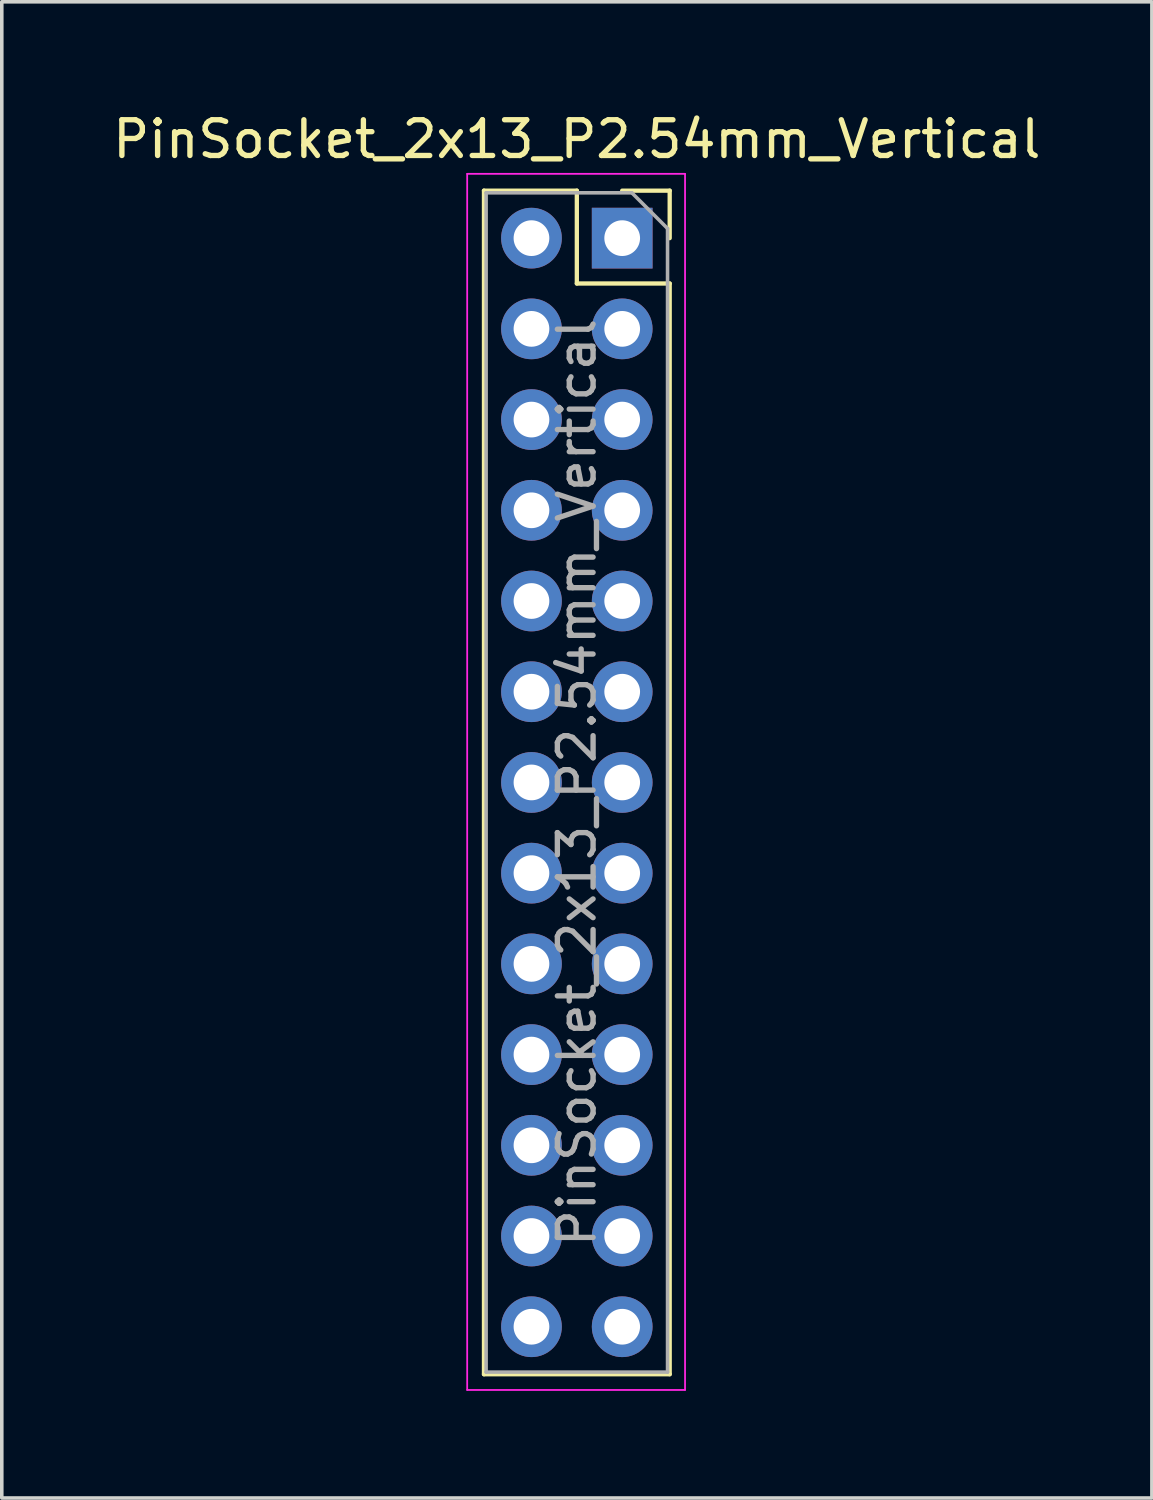
<source format=kicad_pcb>
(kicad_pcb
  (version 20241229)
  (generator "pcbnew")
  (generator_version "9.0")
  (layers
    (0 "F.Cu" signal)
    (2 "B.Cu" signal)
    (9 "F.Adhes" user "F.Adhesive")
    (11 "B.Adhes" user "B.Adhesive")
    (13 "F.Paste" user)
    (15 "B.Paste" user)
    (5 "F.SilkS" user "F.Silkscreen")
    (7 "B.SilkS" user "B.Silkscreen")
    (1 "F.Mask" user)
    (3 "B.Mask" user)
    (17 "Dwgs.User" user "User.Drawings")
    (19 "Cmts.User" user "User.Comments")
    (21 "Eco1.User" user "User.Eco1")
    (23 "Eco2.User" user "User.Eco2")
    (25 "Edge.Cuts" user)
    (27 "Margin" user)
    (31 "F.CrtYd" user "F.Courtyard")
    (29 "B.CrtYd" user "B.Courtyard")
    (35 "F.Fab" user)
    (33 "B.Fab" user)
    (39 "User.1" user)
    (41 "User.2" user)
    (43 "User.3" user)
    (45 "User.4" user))
  (footprint "PinSocket_2x13_P2.54mm_Vertical"
    (layer "F.Cu")
    (at 14.371 3.618)
    (property "Reference" "PinSocket_2x13_P2.54mm_Vertical" (at -1.27 -2.77 0) (layer "F.SilkS") (effects (font (size 1 1) (thickness 0.15))))
    (attr through_hole)
    (fp_line (start -3.87 -1.33) (end -3.87 31.81) (stroke (width 0.12) (type solid)) (layer "F.SilkS"))
    (fp_line (start -3.87 -1.33) (end -1.27 -1.33) (stroke (width 0.12) (type solid)) (layer "F.SilkS"))
    (fp_line (start -3.87 31.81) (end 1.33 31.81) (stroke (width 0.12) (type solid)) (layer "F.SilkS"))
    (fp_line (start -1.27 -1.33) (end -1.27 1.27) (stroke (width 0.12) (type solid)) (layer "F.SilkS"))
    (fp_line (start -1.27 1.27) (end 1.33 1.27) (stroke (width 0.12) (type solid)) (layer "F.SilkS"))
    (fp_line (start 0 -1.33) (end 1.33 -1.33) (stroke (width 0.12) (type solid)) (layer "F.SilkS"))
    (fp_line (start 1.33 -1.33) (end 1.33 0) (stroke (width 0.12) (type solid)) (layer "F.SilkS"))
    (fp_line (start 1.33 1.27) (end 1.33 31.81) (stroke (width 0.12) (type solid)) (layer "F.SilkS"))
    (fp_line (start -4.34 -1.8) (end 1.76 -1.8) (stroke (width 0.05) (type solid)) (layer "F.CrtYd"))
    (fp_line (start -4.34 32.25) (end -4.34 -1.8) (stroke (width 0.05) (type solid)) (layer "F.CrtYd"))
    (fp_line (start 1.76 -1.8) (end 1.76 32.25) (stroke (width 0.05) (type solid)) (layer "F.CrtYd"))
    (fp_line (start 1.76 32.25) (end -4.34 32.25) (stroke (width 0.05) (type solid)) (layer "F.CrtYd"))
    (fp_line (start -3.81 -1.27) (end 0.27 -1.27) (stroke (width 0.1) (type solid)) (layer "F.Fab"))
    (fp_line (start -3.81 31.75) (end -3.81 -1.27) (stroke (width 0.1) (type solid)) (layer "F.Fab"))
    (fp_line (start 0.27 -1.27) (end 1.27 -0.27) (stroke (width 0.1) (type solid)) (layer "F.Fab"))
    (fp_line (start 1.27 -0.27) (end 1.27 31.75) (stroke (width 0.1) (type solid)) (layer "F.Fab"))
    (fp_line (start 1.27 31.75) (end -3.81 31.75) (stroke (width 0.1) (type solid)) (layer "F.Fab"))
    (fp_text user "${REFERENCE}" (at -1.27 15.24 90) (layer "F.Fab") (effects (font (size 1 1) (thickness 0.15))))
    (pad "1" thru_hole rect (at 0 0) (size 1.7 1.7) (drill 1) (layers "*.Cu" "*.Mask"))
    (pad "2" thru_hole oval (at -2.54 0) (size 1.7 1.7) (drill 1) (layers "*.Cu" "*.Mask"))
    (pad "3" thru_hole oval (at 0 2.54) (size 1.7 1.7) (drill 1) (layers "*.Cu" "*.Mask"))
    (pad "4" thru_hole oval (at -2.54 2.54) (size 1.7 1.7) (drill 1) (layers "*.Cu" "*.Mask"))
    (pad "5" thru_hole oval (at 0 5.08) (size 1.7 1.7) (drill 1) (layers "*.Cu" "*.Mask"))
    (pad "6" thru_hole oval (at -2.54 5.08) (size 1.7 1.7) (drill 1) (layers "*.Cu" "*.Mask"))
    (pad "7" thru_hole oval (at 0 7.62) (size 1.7 1.7) (drill 1) (layers "*.Cu" "*.Mask"))
    (pad "8" thru_hole oval (at -2.54 7.62) (size 1.7 1.7) (drill 1) (layers "*.Cu" "*.Mask"))
    (pad "9" thru_hole oval (at 0 10.16) (size 1.7 1.7) (drill 1) (layers "*.Cu" "*.Mask"))
    (pad "10" thru_hole oval (at -2.54 10.16) (size 1.7 1.7) (drill 1) (layers "*.Cu" "*.Mask"))
    (pad "11" thru_hole oval (at 0 12.7) (size 1.7 1.7) (drill 1) (layers "*.Cu" "*.Mask"))
    (pad "12" thru_hole oval (at -2.54 12.7) (size 1.7 1.7) (drill 1) (layers "*.Cu" "*.Mask"))
    (pad "13" thru_hole oval (at 0 15.24) (size 1.7 1.7) (drill 1) (layers "*.Cu" "*.Mask"))
    (pad "14" thru_hole oval (at -2.54 15.24) (size 1.7 1.7) (drill 1) (layers "*.Cu" "*.Mask"))
    (pad "15" thru_hole oval (at 0 17.78) (size 1.7 1.7) (drill 1) (layers "*.Cu" "*.Mask"))
    (pad "16" thru_hole oval (at -2.54 17.78) (size 1.7 1.7) (drill 1) (layers "*.Cu" "*.Mask"))
    (pad "17" thru_hole oval (at 0 20.32) (size 1.7 1.7) (drill 1) (layers "*.Cu" "*.Mask"))
    (pad "18" thru_hole oval (at -2.54 20.32) (size 1.7 1.7) (drill 1) (layers "*.Cu" "*.Mask"))
    (pad "19" thru_hole oval (at 0 22.86) (size 1.7 1.7) (drill 1) (layers "*.Cu" "*.Mask"))
    (pad "20" thru_hole oval (at -2.54 22.86) (size 1.7 1.7) (drill 1) (layers "*.Cu" "*.Mask"))
    (pad "21" thru_hole oval (at 0 25.4) (size 1.7 1.7) (drill 1) (layers "*.Cu" "*.Mask"))
    (pad "22" thru_hole oval (at -2.54 25.4) (size 1.7 1.7) (drill 1) (layers "*.Cu" "*.Mask"))
    (pad "23" thru_hole oval (at 0 27.94) (size 1.7 1.7) (drill 1) (layers "*.Cu" "*.Mask"))
    (pad "24" thru_hole oval (at -2.54 27.94) (size 1.7 1.7) (drill 1) (layers "*.Cu" "*.Mask"))
    (pad "25" thru_hole oval (at 0 30.48) (size 1.7 1.7) (drill 1) (layers "*.Cu" "*.Mask"))
    (pad "26" thru_hole oval (at -2.54 30.48) (size 1.7 1.7) (drill 1) (layers "*.Cu" "*.Mask")))
  (gr_rect
    (start -3 -3)
    (end 29.202 38.893)
    (stroke (width 0.1) (type default))
    (fill no)
    (layer "Edge.Cuts")))
</source>
